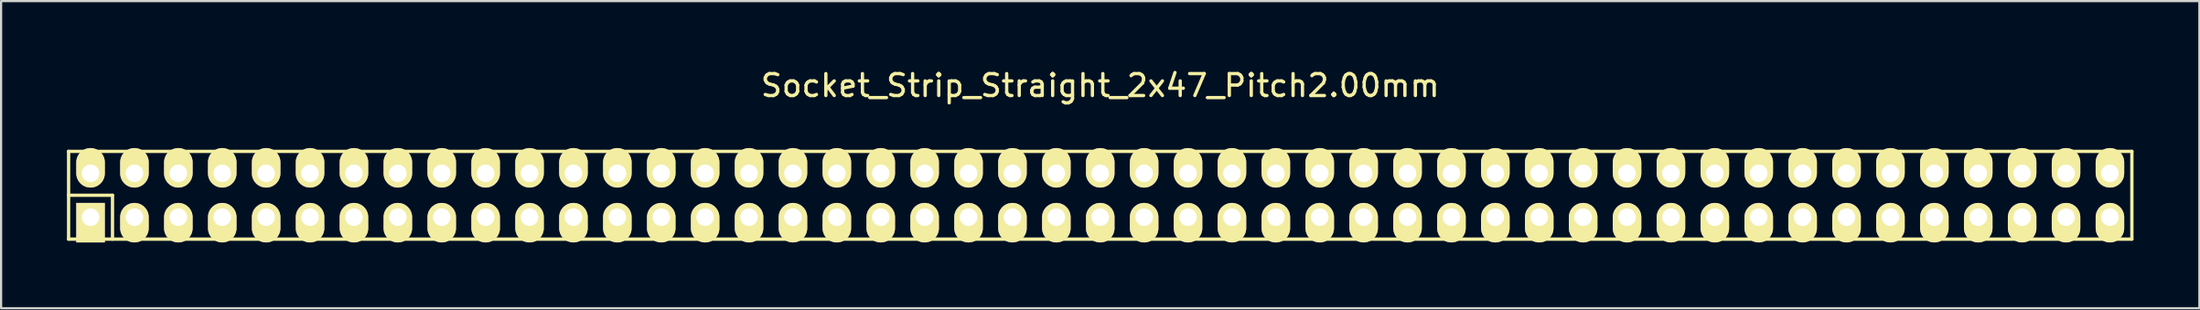
<source format=kicad_pcb>
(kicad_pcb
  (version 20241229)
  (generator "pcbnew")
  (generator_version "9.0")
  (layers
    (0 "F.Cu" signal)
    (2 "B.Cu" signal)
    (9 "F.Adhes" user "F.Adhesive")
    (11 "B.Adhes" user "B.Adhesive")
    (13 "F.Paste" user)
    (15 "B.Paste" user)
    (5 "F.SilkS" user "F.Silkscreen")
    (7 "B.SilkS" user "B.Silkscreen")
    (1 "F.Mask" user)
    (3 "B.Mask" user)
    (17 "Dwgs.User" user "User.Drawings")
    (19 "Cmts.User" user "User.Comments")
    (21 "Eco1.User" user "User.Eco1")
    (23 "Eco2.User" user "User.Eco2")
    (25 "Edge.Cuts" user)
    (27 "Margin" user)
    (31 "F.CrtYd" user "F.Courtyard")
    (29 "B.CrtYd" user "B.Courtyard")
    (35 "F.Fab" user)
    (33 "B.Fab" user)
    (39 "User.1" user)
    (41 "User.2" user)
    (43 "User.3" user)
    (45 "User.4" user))
  (footprint "Socket_Strip_Straight_2x47_Pitch2.00mm"
    (layer "F.Cu")
    (at 47.075 5.848)
    (property "Reference" "Socket_Strip_Straight_2x47_Pitch2.00mm" (at 0 -5 0) (layer "F.SilkS") (effects (font (size 1 1) (thickness 0.15))))
    (attr through_hole)
    (fp_line (start -47 -2) (end 47 -2) (stroke (width 0.15) (type solid)) (layer "F.SilkS"))
    (fp_line (start -47 0) (end -45 0) (stroke (width 0.15) (type solid)) (layer "F.SilkS"))
    (fp_line (start -47 2) (end -47 -2) (stroke (width 0.15) (type solid)) (layer "F.SilkS"))
    (fp_line (start -45 0) (end -45 2) (stroke (width 0.15) (type solid)) (layer "F.SilkS"))
    (fp_line (start 47 -2) (end 47 2) (stroke (width 0.15) (type solid)) (layer "F.SilkS"))
    (fp_line (start 47 2) (end -47 2) (stroke (width 0.15) (type solid)) (layer "F.SilkS"))
    (pad "1" thru_hole rect (at -46 1) (size 1.3 1.8) (drill 0.8 (offset 0 0.25)) (layers "*.Cu" "*.Mask" "F.SilkS"))
    (pad "2" thru_hole oval (at -46 -1) (size 1.3 1.8) (drill 0.8 (offset 0 -0.25)) (layers "*.Cu" "*.Mask" "F.SilkS"))
    (pad "3" thru_hole oval (at -44 1) (size 1.3 1.8) (drill 0.8 (offset 0 0.25)) (layers "*.Cu" "*.Mask" "F.SilkS"))
    (pad "4" thru_hole oval (at -44 -1) (size 1.3 1.8) (drill 0.8 (offset 0 -0.25)) (layers "*.Cu" "*.Mask" "F.SilkS"))
    (pad "5" thru_hole oval (at -42 1) (size 1.3 1.8) (drill 0.8 (offset 0 0.25)) (layers "*.Cu" "*.Mask" "F.SilkS"))
    (pad "6" thru_hole oval (at -42 -1) (size 1.3 1.8) (drill 0.8 (offset 0 -0.25)) (layers "*.Cu" "*.Mask" "F.SilkS"))
    (pad "7" thru_hole oval (at -40 1) (size 1.3 1.8) (drill 0.8 (offset 0 0.25)) (layers "*.Cu" "*.Mask" "F.SilkS"))
    (pad "8" thru_hole oval (at -40 -1) (size 1.3 1.8) (drill 0.8 (offset 0 -0.25)) (layers "*.Cu" "*.Mask" "F.SilkS"))
    (pad "9" thru_hole oval (at -38 1) (size 1.3 1.8) (drill 0.8 (offset 0 0.25)) (layers "*.Cu" "*.Mask" "F.SilkS"))
    (pad "10" thru_hole oval (at -38 -1) (size 1.3 1.8) (drill 0.8 (offset 0 -0.25)) (layers "*.Cu" "*.Mask" "F.SilkS"))
    (pad "11" thru_hole oval (at -36 1) (size 1.3 1.8) (drill 0.8 (offset 0 0.25)) (layers "*.Cu" "*.Mask" "F.SilkS"))
    (pad "12" thru_hole oval (at -36 -1) (size 1.3 1.8) (drill 0.8 (offset 0 -0.25)) (layers "*.Cu" "*.Mask" "F.SilkS"))
    (pad "13" thru_hole oval (at -34 1) (size 1.3 1.8) (drill 0.8 (offset 0 0.25)) (layers "*.Cu" "*.Mask" "F.SilkS"))
    (pad "14" thru_hole oval (at -34 -1) (size 1.3 1.8) (drill 0.8 (offset 0 -0.25)) (layers "*.Cu" "*.Mask" "F.SilkS"))
    (pad "15" thru_hole oval (at -32 1) (size 1.3 1.8) (drill 0.8 (offset 0 0.25)) (layers "*.Cu" "*.Mask" "F.SilkS"))
    (pad "16" thru_hole oval (at -32 -1) (size 1.3 1.8) (drill 0.8 (offset 0 -0.25)) (layers "*.Cu" "*.Mask" "F.SilkS"))
    (pad "17" thru_hole oval (at -30 1) (size 1.3 1.8) (drill 0.8 (offset 0 0.25)) (layers "*.Cu" "*.Mask" "F.SilkS"))
    (pad "18" thru_hole oval (at -30 -1) (size 1.3 1.8) (drill 0.8 (offset 0 -0.25)) (layers "*.Cu" "*.Mask" "F.SilkS"))
    (pad "19" thru_hole oval (at -28 1) (size 1.3 1.8) (drill 0.8 (offset 0 0.25)) (layers "*.Cu" "*.Mask" "F.SilkS"))
    (pad "20" thru_hole oval (at -28 -1) (size 1.3 1.8) (drill 0.8 (offset 0 -0.25)) (layers "*.Cu" "*.Mask" "F.SilkS"))
    (pad "21" thru_hole oval (at -26 1) (size 1.3 1.8) (drill 0.8 (offset 0 0.25)) (layers "*.Cu" "*.Mask" "F.SilkS"))
    (pad "22" thru_hole oval (at -26 -1) (size 1.3 1.8) (drill 0.8 (offset 0 -0.25)) (layers "*.Cu" "*.Mask" "F.SilkS"))
    (pad "23" thru_hole oval (at -24 1) (size 1.3 1.8) (drill 0.8 (offset 0 0.25)) (layers "*.Cu" "*.Mask" "F.SilkS"))
    (pad "24" thru_hole oval (at -24 -1) (size 1.3 1.8) (drill 0.8 (offset 0 -0.25)) (layers "*.Cu" "*.Mask" "F.SilkS"))
    (pad "25" thru_hole oval (at -22 1) (size 1.3 1.8) (drill 0.8 (offset 0 0.25)) (layers "*.Cu" "*.Mask" "F.SilkS"))
    (pad "26" thru_hole oval (at -22 -1) (size 1.3 1.8) (drill 0.8 (offset 0 -0.25)) (layers "*.Cu" "*.Mask" "F.SilkS"))
    (pad "27" thru_hole oval (at -20 1) (size 1.3 1.8) (drill 0.8 (offset 0 0.25)) (layers "*.Cu" "*.Mask" "F.SilkS"))
    (pad "28" thru_hole oval (at -20 -1) (size 1.3 1.8) (drill 0.8 (offset 0 -0.25)) (layers "*.Cu" "*.Mask" "F.SilkS"))
    (pad "29" thru_hole oval (at -18 1) (size 1.3 1.8) (drill 0.8 (offset 0 0.25)) (layers "*.Cu" "*.Mask" "F.SilkS"))
    (pad "30" thru_hole oval (at -18 -1) (size 1.3 1.8) (drill 0.8 (offset 0 -0.25)) (layers "*.Cu" "*.Mask" "F.SilkS"))
    (pad "31" thru_hole oval (at -16 1) (size 1.3 1.8) (drill 0.8 (offset 0 0.25)) (layers "*.Cu" "*.Mask" "F.SilkS"))
    (pad "32" thru_hole oval (at -16 -1) (size 1.3 1.8) (drill 0.8 (offset 0 -0.25)) (layers "*.Cu" "*.Mask" "F.SilkS"))
    (pad "33" thru_hole oval (at -14 1) (size 1.3 1.8) (drill 0.8 (offset 0 0.25)) (layers "*.Cu" "*.Mask" "F.SilkS"))
    (pad "34" thru_hole oval (at -14 -1) (size 1.3 1.8) (drill 0.8 (offset 0 -0.25)) (layers "*.Cu" "*.Mask" "F.SilkS"))
    (pad "35" thru_hole oval (at -12 1) (size 1.3 1.8) (drill 0.8 (offset 0 0.25)) (layers "*.Cu" "*.Mask" "F.SilkS"))
    (pad "36" thru_hole oval (at -12 -1) (size 1.3 1.8) (drill 0.8 (offset 0 -0.25)) (layers "*.Cu" "*.Mask" "F.SilkS"))
    (pad "37" thru_hole oval (at -10 1) (size 1.3 1.8) (drill 0.8 (offset 0 0.25)) (layers "*.Cu" "*.Mask" "F.SilkS"))
    (pad "38" thru_hole oval (at -10 -1) (size 1.3 1.8) (drill 0.8 (offset 0 -0.25)) (layers "*.Cu" "*.Mask" "F.SilkS"))
    (pad "39" thru_hole oval (at -8 1) (size 1.3 1.8) (drill 0.8 (offset 0 0.25)) (layers "*.Cu" "*.Mask" "F.SilkS"))
    (pad "40" thru_hole oval (at -8 -1) (size 1.3 1.8) (drill 0.8 (offset 0 -0.25)) (layers "*.Cu" "*.Mask" "F.SilkS"))
    (pad "41" thru_hole oval (at -6 1) (size 1.3 1.8) (drill 0.8 (offset 0 0.25)) (layers "*.Cu" "*.Mask" "F.SilkS"))
    (pad "42" thru_hole oval (at -6 -1) (size 1.3 1.8) (drill 0.8 (offset 0 -0.25)) (layers "*.Cu" "*.Mask" "F.SilkS"))
    (pad "43" thru_hole oval (at -4 1) (size 1.3 1.8) (drill 0.8 (offset 0 0.25)) (layers "*.Cu" "*.Mask" "F.SilkS"))
    (pad "44" thru_hole oval (at -4 -1) (size 1.3 1.8) (drill 0.8 (offset 0 -0.25)) (layers "*.Cu" "*.Mask" "F.SilkS"))
    (pad "45" thru_hole oval (at -2 1) (size 1.3 1.8) (drill 0.8 (offset 0 0.25)) (layers "*.Cu" "*.Mask" "F.SilkS"))
    (pad "46" thru_hole oval (at -2 -1) (size 1.3 1.8) (drill 0.8 (offset 0 -0.25)) (layers "*.Cu" "*.Mask" "F.SilkS"))
    (pad "47" thru_hole oval (at 0 1) (size 1.3 1.8) (drill 0.8 (offset 0 0.25)) (layers "*.Cu" "*.Mask" "F.SilkS"))
    (pad "48" thru_hole oval (at 0 -1) (size 1.3 1.8) (drill 0.8 (offset 0 -0.25)) (layers "*.Cu" "*.Mask" "F.SilkS"))
    (pad "49" thru_hole oval (at 2 1) (size 1.3 1.8) (drill 0.8 (offset 0 0.25)) (layers "*.Cu" "*.Mask" "F.SilkS"))
    (pad "50" thru_hole oval (at 2 -1) (size 1.3 1.8) (drill 0.8 (offset 0 -0.25)) (layers "*.Cu" "*.Mask" "F.SilkS"))
    (pad "51" thru_hole oval (at 4 1) (size 1.3 1.8) (drill 0.8 (offset 0 0.25)) (layers "*.Cu" "*.Mask" "F.SilkS"))
    (pad "52" thru_hole oval (at 4 -1) (size 1.3 1.8) (drill 0.8 (offset 0 -0.25)) (layers "*.Cu" "*.Mask" "F.SilkS"))
    (pad "53" thru_hole oval (at 6 1) (size 1.3 1.8) (drill 0.8 (offset 0 0.25)) (layers "*.Cu" "*.Mask" "F.SilkS"))
    (pad "54" thru_hole oval (at 6 -1) (size 1.3 1.8) (drill 0.8 (offset 0 -0.25)) (layers "*.Cu" "*.Mask" "F.SilkS"))
    (pad "55" thru_hole oval (at 8 1) (size 1.3 1.8) (drill 0.8 (offset 0 0.25)) (layers "*.Cu" "*.Mask" "F.SilkS"))
    (pad "56" thru_hole oval (at 8 -1) (size 1.3 1.8) (drill 0.8 (offset 0 -0.25)) (layers "*.Cu" "*.Mask" "F.SilkS"))
    (pad "57" thru_hole oval (at 10 1) (size 1.3 1.8) (drill 0.8 (offset 0 0.25)) (layers "*.Cu" "*.Mask" "F.SilkS"))
    (pad "58" thru_hole oval (at 10 -1) (size 1.3 1.8) (drill 0.8 (offset 0 -0.25)) (layers "*.Cu" "*.Mask" "F.SilkS"))
    (pad "59" thru_hole oval (at 12 1) (size 1.3 1.8) (drill 0.8 (offset 0 0.25)) (layers "*.Cu" "*.Mask" "F.SilkS"))
    (pad "60" thru_hole oval (at 12 -1) (size 1.3 1.8) (drill 0.8 (offset 0 -0.25)) (layers "*.Cu" "*.Mask" "F.SilkS"))
    (pad "61" thru_hole oval (at 14 1) (size 1.3 1.8) (drill 0.8 (offset 0 0.25)) (layers "*.Cu" "*.Mask" "F.SilkS"))
    (pad "62" thru_hole oval (at 14 -1) (size 1.3 1.8) (drill 0.8 (offset 0 -0.25)) (layers "*.Cu" "*.Mask" "F.SilkS"))
    (pad "63" thru_hole oval (at 16 1) (size 1.3 1.8) (drill 0.8 (offset 0 0.25)) (layers "*.Cu" "*.Mask" "F.SilkS"))
    (pad "64" thru_hole oval (at 16 -1) (size 1.3 1.8) (drill 0.8 (offset 0 -0.25)) (layers "*.Cu" "*.Mask" "F.SilkS"))
    (pad "65" thru_hole oval (at 18 1) (size 1.3 1.8) (drill 0.8 (offset 0 0.25)) (layers "*.Cu" "*.Mask" "F.SilkS"))
    (pad "66" thru_hole oval (at 18 -1) (size 1.3 1.8) (drill 0.8 (offset 0 -0.25)) (layers "*.Cu" "*.Mask" "F.SilkS"))
    (pad "67" thru_hole oval (at 20 1) (size 1.3 1.8) (drill 0.8 (offset 0 0.25)) (layers "*.Cu" "*.Mask" "F.SilkS"))
    (pad "68" thru_hole oval (at 20 -1) (size 1.3 1.8) (drill 0.8 (offset 0 -0.25)) (layers "*.Cu" "*.Mask" "F.SilkS"))
    (pad "69" thru_hole oval (at 22 1) (size 1.3 1.8) (drill 0.8 (offset 0 0.25)) (layers "*.Cu" "*.Mask" "F.SilkS"))
    (pad "70" thru_hole oval (at 22 -1) (size 1.3 1.8) (drill 0.8 (offset 0 -0.25)) (layers "*.Cu" "*.Mask" "F.SilkS"))
    (pad "71" thru_hole oval (at 24 1) (size 1.3 1.8) (drill 0.8 (offset 0 0.25)) (layers "*.Cu" "*.Mask" "F.SilkS"))
    (pad "72" thru_hole oval (at 24 -1) (size 1.3 1.8) (drill 0.8 (offset 0 -0.25)) (layers "*.Cu" "*.Mask" "F.SilkS"))
    (pad "73" thru_hole oval (at 26 1) (size 1.3 1.8) (drill 0.8 (offset 0 0.25)) (layers "*.Cu" "*.Mask" "F.SilkS"))
    (pad "74" thru_hole oval (at 26 -1) (size 1.3 1.8) (drill 0.8 (offset 0 -0.25)) (layers "*.Cu" "*.Mask" "F.SilkS"))
    (pad "75" thru_hole oval (at 28 1) (size 1.3 1.8) (drill 0.8 (offset 0 0.25)) (layers "*.Cu" "*.Mask" "F.SilkS"))
    (pad "76" thru_hole oval (at 28 -1) (size 1.3 1.8) (drill 0.8 (offset 0 -0.25)) (layers "*.Cu" "*.Mask" "F.SilkS"))
    (pad "77" thru_hole oval (at 30 1) (size 1.3 1.8) (drill 0.8 (offset 0 0.25)) (layers "*.Cu" "*.Mask" "F.SilkS"))
    (pad "78" thru_hole oval (at 30 -1) (size 1.3 1.8) (drill 0.8 (offset 0 -0.25)) (layers "*.Cu" "*.Mask" "F.SilkS"))
    (pad "79" thru_hole oval (at 32 1) (size 1.3 1.8) (drill 0.8 (offset 0 0.25)) (layers "*.Cu" "*.Mask" "F.SilkS"))
    (pad "80" thru_hole oval (at 32 -1) (size 1.3 1.8) (drill 0.8 (offset 0 -0.25)) (layers "*.Cu" "*.Mask" "F.SilkS"))
    (pad "81" thru_hole oval (at 34 1) (size 1.3 1.8) (drill 0.8 (offset 0 0.25)) (layers "*.Cu" "*.Mask" "F.SilkS"))
    (pad "82" thru_hole oval (at 34 -1) (size 1.3 1.8) (drill 0.8 (offset 0 -0.25)) (layers "*.Cu" "*.Mask" "F.SilkS"))
    (pad "83" thru_hole oval (at 36 1) (size 1.3 1.8) (drill 0.8 (offset 0 0.25)) (layers "*.Cu" "*.Mask" "F.SilkS"))
    (pad "84" thru_hole oval (at 36 -1) (size 1.3 1.8) (drill 0.8 (offset 0 -0.25)) (layers "*.Cu" "*.Mask" "F.SilkS"))
    (pad "85" thru_hole oval (at 38 1) (size 1.3 1.8) (drill 0.8 (offset 0 0.25)) (layers "*.Cu" "*.Mask" "F.SilkS"))
    (pad "86" thru_hole oval (at 38 -1) (size 1.3 1.8) (drill 0.8 (offset 0 -0.25)) (layers "*.Cu" "*.Mask" "F.SilkS"))
    (pad "87" thru_hole oval (at 40 1) (size 1.3 1.8) (drill 0.8 (offset 0 0.25)) (layers "*.Cu" "*.Mask" "F.SilkS"))
    (pad "88" thru_hole oval (at 40 -1) (size 1.3 1.8) (drill 0.8 (offset 0 -0.25)) (layers "*.Cu" "*.Mask" "F.SilkS"))
    (pad "89" thru_hole oval (at 42 1) (size 1.3 1.8) (drill 0.8 (offset 0 0.25)) (layers "*.Cu" "*.Mask" "F.SilkS"))
    (pad "90" thru_hole oval (at 42 -1) (size 1.3 1.8) (drill 0.8 (offset 0 -0.25)) (layers "*.Cu" "*.Mask" "F.SilkS"))
    (pad "91" thru_hole oval (at 44 1) (size 1.3 1.8) (drill 0.8 (offset 0 0.25)) (layers "*.Cu" "*.Mask" "F.SilkS"))
    (pad "92" thru_hole oval (at 44 -1) (size 1.3 1.8) (drill 0.8 (offset 0 -0.25)) (layers "*.Cu" "*.Mask" "F.SilkS"))
    (pad "93" thru_hole oval (at 46 1) (size 1.3 1.8) (drill 0.8 (offset 0 0.25)) (layers "*.Cu" "*.Mask" "F.SilkS"))
    (pad "94" thru_hole oval (at 46 -1) (size 1.3 1.8) (drill 0.8 (offset 0 -0.25)) (layers "*.Cu" "*.Mask" "F.SilkS")))
  (gr_rect
    (start -3 -3)
    (end 97.15 10.998)
    (stroke (width 0.1) (type default))
    (fill no)
    (layer "Edge.Cuts")))
</source>
